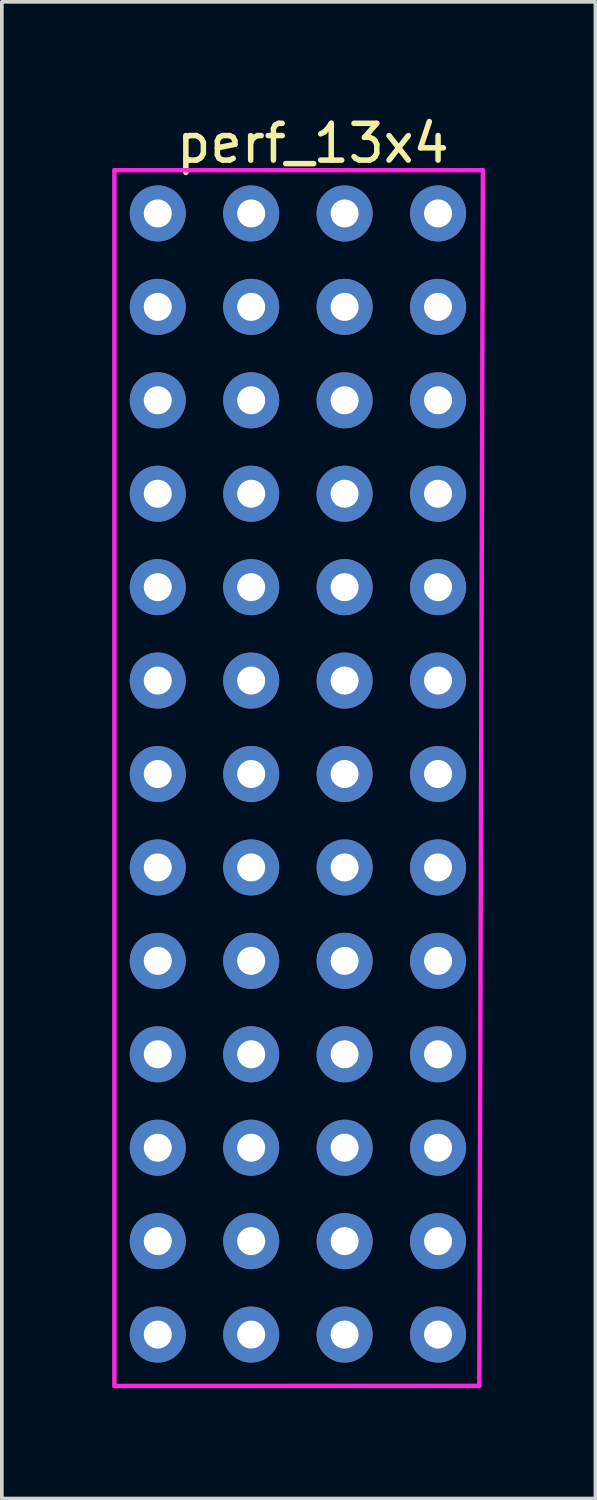
<source format=kicad_pcb>
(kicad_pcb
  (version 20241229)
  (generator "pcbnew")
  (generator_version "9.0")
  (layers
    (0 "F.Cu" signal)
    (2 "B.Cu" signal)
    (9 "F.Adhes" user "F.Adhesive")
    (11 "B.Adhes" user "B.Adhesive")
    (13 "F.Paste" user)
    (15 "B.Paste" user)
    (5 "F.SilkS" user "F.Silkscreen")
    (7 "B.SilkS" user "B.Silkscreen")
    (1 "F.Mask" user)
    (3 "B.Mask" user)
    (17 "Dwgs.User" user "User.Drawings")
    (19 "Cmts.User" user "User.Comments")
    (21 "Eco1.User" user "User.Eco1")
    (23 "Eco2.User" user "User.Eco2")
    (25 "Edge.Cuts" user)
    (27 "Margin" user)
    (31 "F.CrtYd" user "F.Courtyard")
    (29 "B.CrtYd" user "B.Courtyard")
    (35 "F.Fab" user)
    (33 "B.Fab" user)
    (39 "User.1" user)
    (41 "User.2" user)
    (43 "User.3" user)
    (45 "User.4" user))
  (footprint "perf_13x4"
    (layer "F.Cu")
    (at 4.97 11.785)
    (property "Reference" "perf_13x4" (at 0.485 -10.937 0) (layer "F.SilkS") (effects (font (size 1 1) (thickness 0.15))))
    (attr through_hole)
    (fp_poly (pts (xy 4.912 22.73) (xy -4.74 22.73) (xy -4.747 -10.048) (xy 4.905 -10.074)) (stroke (width 0.1) (type solid)) (fill yes) (layer "F.Mask"))
    (fp_poly (pts (xy 4.912 22.73) (xy -4.74 22.73) (xy -4.757 -10.117) (xy 4.895 -10.142)) (stroke (width 0.1) (type solid)) (fill yes) (layer "B.Mask"))
    (fp_line (start -4.91 -10.208) (end 5.108 -10.208) (stroke (width 0.12) (type solid)) (layer "F.CrtYd"))
    (fp_line (start -4.91 22.845) (end -4.91 -10.208) (stroke (width 0.12) (type solid)) (layer "F.CrtYd"))
    (fp_line (start 5.011 22.842) (end -4.91 22.845) (stroke (width 0.12) (type solid)) (layer "F.CrtYd"))
    (fp_line (start 5.108 -10.208) (end 5.011 22.842) (stroke (width 0.12) (type solid)) (layer "F.CrtYd"))
    (pad "1" thru_hole circle (at -3.731 -9.032) (size 1.524 1.524) (drill 0.762) (layers "*.Cu" "*.Mask"))
    (pad "2" thru_hole circle (at -1.191 -9.032) (size 1.524 1.524) (drill 0.762) (layers "*.Cu" "*.Mask"))
    (pad "3" thru_hole circle (at 1.349 -9.032) (size 1.524 1.524) (drill 0.762) (layers "*.Cu" "*.Mask"))
    (pad "4" thru_hole circle (at 3.889 -9.032) (size 1.524 1.524) (drill 0.762) (layers "*.Cu" "*.Mask"))
    (pad "5" thru_hole circle (at -3.731 -6.492) (size 1.524 1.524) (drill 0.762) (layers "*.Cu" "*.Mask"))
    (pad "6" thru_hole circle (at -1.191 -6.492) (size 1.524 1.524) (drill 0.762) (layers "*.Cu" "*.Mask"))
    (pad "7" thru_hole circle (at 1.349 -6.492) (size 1.524 1.524) (drill 0.762) (layers "*.Cu" "*.Mask"))
    (pad "8" thru_hole circle (at 3.889 -6.492) (size 1.524 1.524) (drill 0.762) (layers "*.Cu" "*.Mask"))
    (pad "9" thru_hole circle (at -3.731 -3.952) (size 1.524 1.524) (drill 0.762) (layers "*.Cu" "*.Mask"))
    (pad "10" thru_hole circle (at -1.191 -3.952) (size 1.524 1.524) (drill 0.762) (layers "*.Cu" "*.Mask"))
    (pad "11" thru_hole circle (at 1.349 -3.952) (size 1.524 1.524) (drill 0.762) (layers "*.Cu" "*.Mask"))
    (pad "12" thru_hole circle (at 3.889 -3.952) (size 1.524 1.524) (drill 0.762) (layers "*.Cu" "*.Mask"))
    (pad "13" thru_hole circle (at -3.731 -1.412) (size 1.524 1.524) (drill 0.762) (layers "*.Cu" "*.Mask"))
    (pad "14" thru_hole circle (at -1.191 -1.412) (size 1.524 1.524) (drill 0.762) (layers "*.Cu" "*.Mask"))
    (pad "15" thru_hole circle (at 1.349 -1.412) (size 1.524 1.524) (drill 0.762) (layers "*.Cu" "*.Mask"))
    (pad "16" thru_hole circle (at 3.889 -1.412) (size 1.524 1.524) (drill 0.762) (layers "*.Cu" "*.Mask"))
    (pad "17" thru_hole circle (at -3.731 1.128) (size 1.524 1.524) (drill 0.762) (layers "*.Cu" "*.Mask"))
    (pad "18" thru_hole circle (at -1.191 1.128) (size 1.524 1.524) (drill 0.762) (layers "*.Cu" "*.Mask"))
    (pad "19" thru_hole circle (at 1.349 1.128) (size 1.524 1.524) (drill 0.762) (layers "*.Cu" "*.Mask"))
    (pad "20" thru_hole circle (at 3.889 1.128) (size 1.524 1.524) (drill 0.762) (layers "*.Cu" "*.Mask"))
    (pad "21" thru_hole circle (at -3.731 3.668) (size 1.524 1.524) (drill 0.762) (layers "*.Cu" "*.Mask"))
    (pad "22" thru_hole circle (at -1.191 3.668) (size 1.524 1.524) (drill 0.762) (layers "*.Cu" "*.Mask"))
    (pad "23" thru_hole circle (at 1.349 3.668) (size 1.524 1.524) (drill 0.762) (layers "*.Cu" "*.Mask"))
    (pad "24" thru_hole circle (at 3.889 3.668) (size 1.524 1.524) (drill 0.762) (layers "*.Cu" "*.Mask"))
    (pad "25" thru_hole circle (at -3.731 6.208) (size 1.524 1.524) (drill 0.762) (layers "*.Cu" "*.Mask"))
    (pad "26" thru_hole circle (at -1.191 6.208) (size 1.524 1.524) (drill 0.762) (layers "*.Cu" "*.Mask"))
    (pad "27" thru_hole circle (at 1.349 6.208) (size 1.524 1.524) (drill 0.762) (layers "*.Cu" "*.Mask"))
    (pad "28" thru_hole circle (at 3.889 6.208) (size 1.524 1.524) (drill 0.762) (layers "*.Cu" "*.Mask"))
    (pad "29" thru_hole circle (at -3.731 8.748) (size 1.524 1.524) (drill 0.762) (layers "*.Cu" "*.Mask"))
    (pad "30" thru_hole circle (at -1.191 8.748) (size 1.524 1.524) (drill 0.762) (layers "*.Cu" "*.Mask"))
    (pad "31" thru_hole circle (at 1.349 8.748) (size 1.524 1.524) (drill 0.762) (layers "*.Cu" "*.Mask"))
    (pad "32" thru_hole circle (at 3.889 8.748) (size 1.524 1.524) (drill 0.762) (layers "*.Cu" "*.Mask"))
    (pad "33" thru_hole circle (at -3.731 11.288) (size 1.524 1.524) (drill 0.762) (layers "*.Cu" "*.Mask"))
    (pad "34" thru_hole circle (at -1.191 11.288) (size 1.524 1.524) (drill 0.762) (layers "*.Cu" "*.Mask"))
    (pad "35" thru_hole circle (at 1.349 11.288) (size 1.524 1.524) (drill 0.762) (layers "*.Cu" "*.Mask"))
    (pad "36" thru_hole circle (at 3.889 11.288) (size 1.524 1.524) (drill 0.762) (layers "*.Cu" "*.Mask"))
    (pad "37" thru_hole circle (at -3.731 13.828) (size 1.524 1.524) (drill 0.762) (layers "*.Cu" "*.Mask"))
    (pad "38" thru_hole circle (at -1.191 13.828) (size 1.524 1.524) (drill 0.762) (layers "*.Cu" "*.Mask"))
    (pad "39" thru_hole circle (at 1.349 13.828) (size 1.524 1.524) (drill 0.762) (layers "*.Cu" "*.Mask"))
    (pad "40" thru_hole circle (at 3.889 13.828) (size 1.524 1.524) (drill 0.762) (layers "*.Cu" "*.Mask"))
    (pad "41" thru_hole circle (at -3.731 16.368) (size 1.524 1.524) (drill 0.762) (layers "*.Cu" "*.Mask"))
    (pad "42" thru_hole circle (at -1.191 16.368) (size 1.524 1.524) (drill 0.762) (layers "*.Cu" "*.Mask"))
    (pad "43" thru_hole circle (at 1.349 16.368) (size 1.524 1.524) (drill 0.762) (layers "*.Cu" "*.Mask"))
    (pad "44" thru_hole circle (at 3.889 16.368) (size 1.524 1.524) (drill 0.762) (layers "*.Cu" "*.Mask"))
    (pad "45" thru_hole circle (at -3.731 18.908) (size 1.524 1.524) (drill 0.762) (layers "*.Cu" "*.Mask"))
    (pad "46" thru_hole circle (at -1.191 18.908) (size 1.524 1.524) (drill 0.762) (layers "*.Cu" "*.Mask"))
    (pad "47" thru_hole circle (at 1.349 18.908) (size 1.524 1.524) (drill 0.762) (layers "*.Cu" "*.Mask"))
    (pad "48" thru_hole circle (at 3.889 18.908) (size 1.524 1.524) (drill 0.762) (layers "*.Cu" "*.Mask"))
    (pad "49" thru_hole circle (at -3.731 21.448) (size 1.524 1.524) (drill 0.762) (layers "*.Cu" "*.Mask"))
    (pad "50" thru_hole circle (at -1.191 21.448) (size 1.524 1.524) (drill 0.762) (layers "*.Cu" "*.Mask"))
    (pad "51" thru_hole circle (at 1.349 21.448) (size 1.524 1.524) (drill 0.762) (layers "*.Cu" "*.Mask"))
    (pad "52" thru_hole circle (at 3.889 21.448) (size 1.524 1.524) (drill 0.762) (layers "*.Cu" "*.Mask")))
  (gr_rect
    (start -3 -3)
    (end 13.138 37.69)
    (stroke (width 0.1) (type default))
    (fill no)
    (layer "Edge.Cuts")))
</source>
